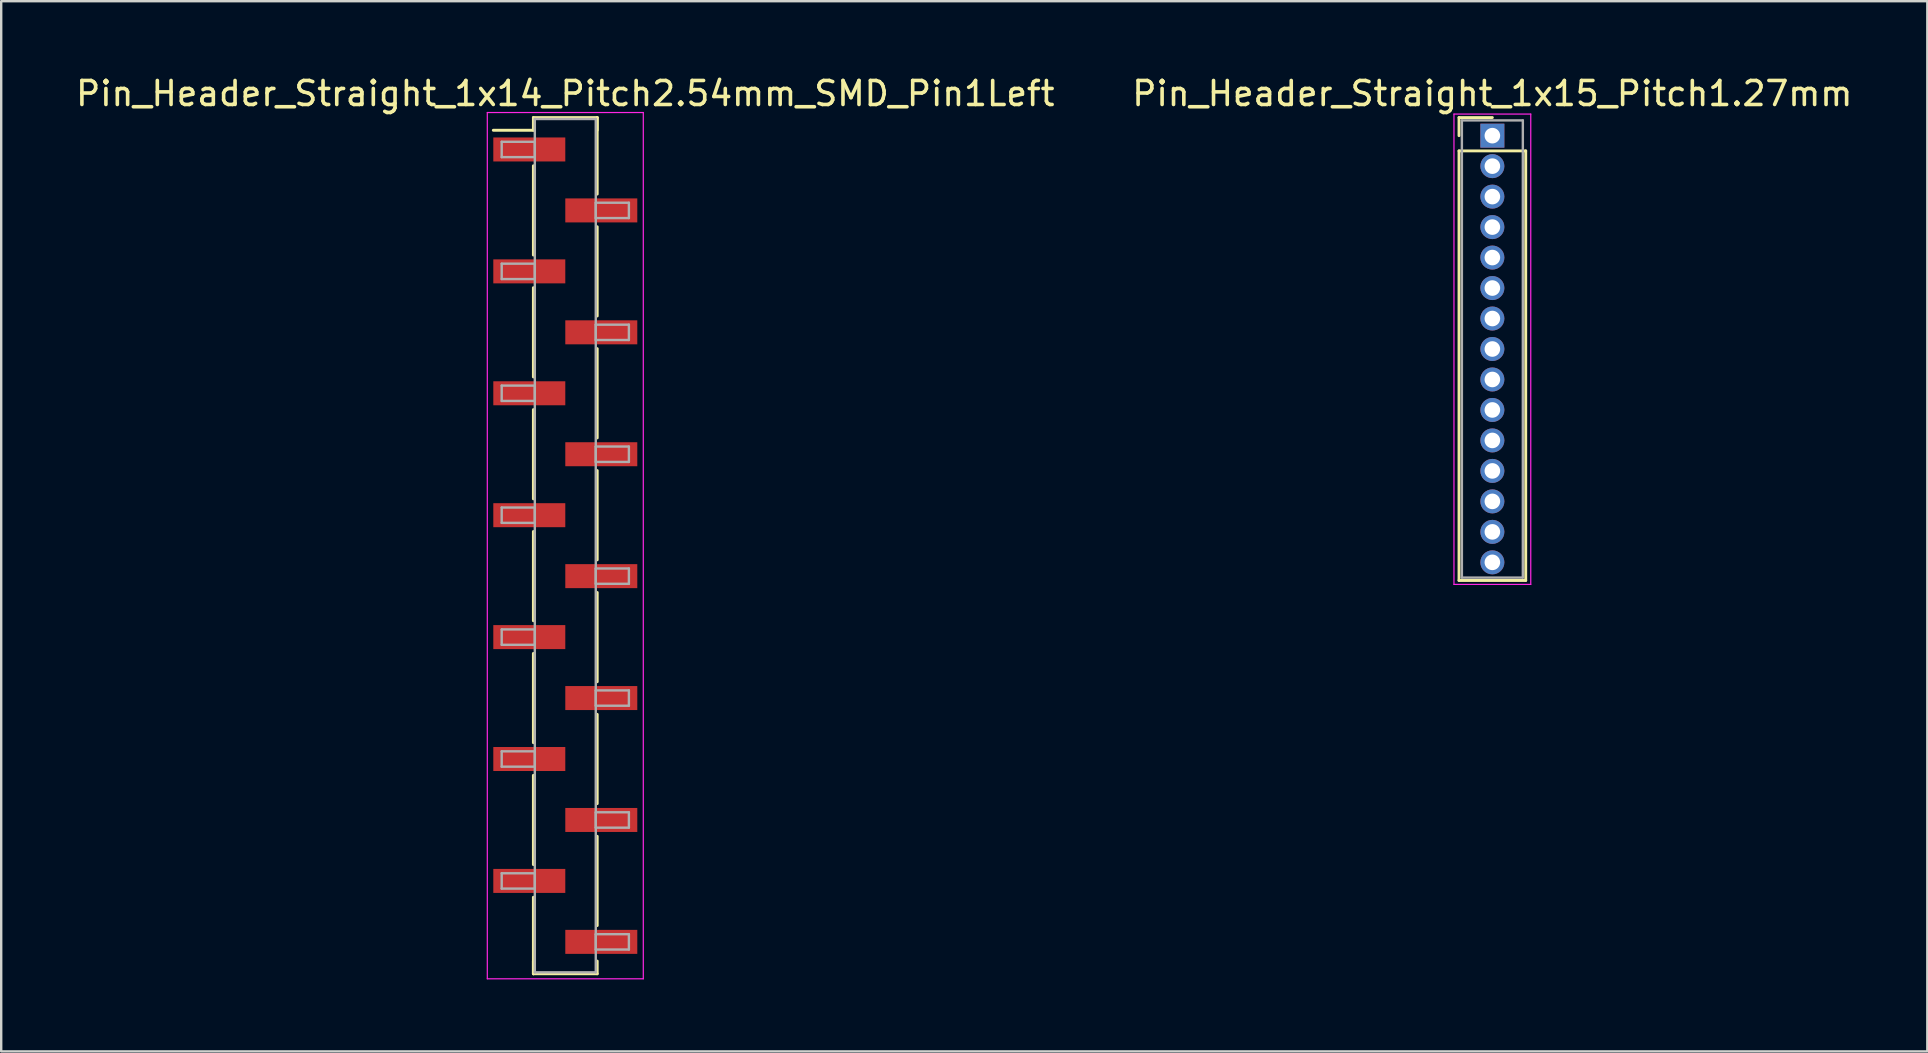
<source format=kicad_pcb>
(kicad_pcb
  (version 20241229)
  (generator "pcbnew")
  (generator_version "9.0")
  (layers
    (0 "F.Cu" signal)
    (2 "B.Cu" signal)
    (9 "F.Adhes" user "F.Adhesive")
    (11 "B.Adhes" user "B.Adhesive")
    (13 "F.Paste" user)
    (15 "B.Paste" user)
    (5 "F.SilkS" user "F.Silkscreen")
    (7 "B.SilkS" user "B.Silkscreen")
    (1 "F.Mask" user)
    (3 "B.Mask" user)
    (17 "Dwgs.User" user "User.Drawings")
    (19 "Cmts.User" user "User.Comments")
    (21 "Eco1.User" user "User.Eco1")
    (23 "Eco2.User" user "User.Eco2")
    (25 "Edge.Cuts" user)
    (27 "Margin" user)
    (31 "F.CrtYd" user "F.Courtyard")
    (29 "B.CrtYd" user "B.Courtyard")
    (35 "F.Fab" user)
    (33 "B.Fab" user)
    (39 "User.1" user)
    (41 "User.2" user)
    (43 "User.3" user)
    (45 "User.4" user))
  (footprint "Pin_Header_Straight_1x14_Pitch2.54mm_SMD_Pin1Left"
    (layer "F.Cu")
    (at 20.506 19.688)
    (property "Reference" "Pin_Header_Straight_1x14_Pitch2.54mm_SMD_Pin1Left" (at 0 -18.84 0) (layer "F.SilkS") (effects (font (size 1 1) (thickness 0.15))))
    (attr smd)
    (fp_line (start -1.33 -17.84) (end 1.33 -17.84) (stroke (width 0.12) (type solid)) (layer "F.SilkS"))
    (fp_line (start -1.33 -17.31) (end -3 -17.31) (stroke (width 0.12) (type solid)) (layer "F.SilkS"))
    (fp_line (start -1.33 -17.31) (end -1.33 -17.84) (stroke (width 0.12) (type solid)) (layer "F.SilkS"))
    (fp_line (start -1.33 -15.83) (end -1.33 -12.11) (stroke (width 0.12) (type solid)) (layer "F.SilkS"))
    (fp_line (start -1.33 -10.75) (end -1.33 -7.03) (stroke (width 0.12) (type solid)) (layer "F.SilkS"))
    (fp_line (start -1.33 -5.67) (end -1.33 -1.95) (stroke (width 0.12) (type solid)) (layer "F.SilkS"))
    (fp_line (start -1.33 -0.59) (end -1.33 3.13) (stroke (width 0.12) (type solid)) (layer "F.SilkS"))
    (fp_line (start -1.33 4.49) (end -1.33 8.21) (stroke (width 0.12) (type solid)) (layer "F.SilkS"))
    (fp_line (start -1.33 9.57) (end -1.33 13.29) (stroke (width 0.12) (type solid)) (layer "F.SilkS"))
    (fp_line (start -1.33 14.65) (end -1.33 17.84) (stroke (width 0.12) (type solid)) (layer "F.SilkS"))
    (fp_line (start -1.33 17.31) (end -1.33 17.84) (stroke (width 0.12) (type solid)) (layer "F.SilkS"))
    (fp_line (start -1.33 17.84) (end 1.33 17.84) (stroke (width 0.12) (type solid)) (layer "F.SilkS"))
    (fp_line (start 1.33 -17.84) (end 1.33 -17.31) (stroke (width 0.12) (type solid)) (layer "F.SilkS"))
    (fp_line (start 1.33 -17.84) (end 1.33 -14.65) (stroke (width 0.12) (type solid)) (layer "F.SilkS"))
    (fp_line (start 1.33 -13.29) (end 1.33 -9.57) (stroke (width 0.12) (type solid)) (layer "F.SilkS"))
    (fp_line (start 1.33 -8.21) (end 1.33 -4.49) (stroke (width 0.12) (type solid)) (layer "F.SilkS"))
    (fp_line (start 1.33 -3.13) (end 1.33 0.59) (stroke (width 0.12) (type solid)) (layer "F.SilkS"))
    (fp_line (start 1.33 1.95) (end 1.33 5.67) (stroke (width 0.12) (type solid)) (layer "F.SilkS"))
    (fp_line (start 1.33 7.03) (end 1.33 10.75) (stroke (width 0.12) (type solid)) (layer "F.SilkS"))
    (fp_line (start 1.33 12.11) (end 1.33 15.83) (stroke (width 0.12) (type solid)) (layer "F.SilkS"))
    (fp_line (start 1.33 17.84) (end 1.33 17.31) (stroke (width 0.12) (type solid)) (layer "F.SilkS"))
    (fp_line (start -3.25 -18.05) (end -3.25 18.05) (stroke (width 0.05) (type solid)) (layer "F.CrtYd"))
    (fp_line (start -3.25 18.05) (end 3.25 18.05) (stroke (width 0.05) (type solid)) (layer "F.CrtYd"))
    (fp_line (start 3.25 -18.05) (end -3.25 -18.05) (stroke (width 0.05) (type solid)) (layer "F.CrtYd"))
    (fp_line (start 3.25 18.05) (end 3.25 -18.05) (stroke (width 0.05) (type solid)) (layer "F.CrtYd"))
    (fp_line (start -2.65 -16.83) (end -1.27 -16.83) (stroke (width 0.1) (type solid)) (layer "F.Fab"))
    (fp_line (start -2.65 -16.19) (end -2.65 -16.83) (stroke (width 0.1) (type solid)) (layer "F.Fab"))
    (fp_line (start -2.65 -11.75) (end -1.27 -11.75) (stroke (width 0.1) (type solid)) (layer "F.Fab"))
    (fp_line (start -2.65 -11.11) (end -2.65 -11.75) (stroke (width 0.1) (type solid)) (layer "F.Fab"))
    (fp_line (start -2.65 -6.67) (end -1.27 -6.67) (stroke (width 0.1) (type solid)) (layer "F.Fab"))
    (fp_line (start -2.65 -6.03) (end -2.65 -6.67) (stroke (width 0.1) (type solid)) (layer "F.Fab"))
    (fp_line (start -2.65 -1.59) (end -1.27 -1.59) (stroke (width 0.1) (type solid)) (layer "F.Fab"))
    (fp_line (start -2.65 -0.95) (end -2.65 -1.59) (stroke (width 0.1) (type solid)) (layer "F.Fab"))
    (fp_line (start -2.65 3.49) (end -1.27 3.49) (stroke (width 0.1) (type solid)) (layer "F.Fab"))
    (fp_line (start -2.65 4.13) (end -2.65 3.49) (stroke (width 0.1) (type solid)) (layer "F.Fab"))
    (fp_line (start -2.65 8.57) (end -1.27 8.57) (stroke (width 0.1) (type solid)) (layer "F.Fab"))
    (fp_line (start -2.65 9.21) (end -2.65 8.57) (stroke (width 0.1) (type solid)) (layer "F.Fab"))
    (fp_line (start -2.65 13.65) (end -1.27 13.65) (stroke (width 0.1) (type solid)) (layer "F.Fab"))
    (fp_line (start -2.65 14.29) (end -2.65 13.65) (stroke (width 0.1) (type solid)) (layer "F.Fab"))
    (fp_line (start -1.27 -17.78) (end -1.27 17.78) (stroke (width 0.1) (type solid)) (layer "F.Fab"))
    (fp_line (start -1.27 -16.83) (end -1.27 -16.19) (stroke (width 0.1) (type solid)) (layer "F.Fab"))
    (fp_line (start -1.27 -16.19) (end -2.65 -16.19) (stroke (width 0.1) (type solid)) (layer "F.Fab"))
    (fp_line (start -1.27 -11.75) (end -1.27 -11.11) (stroke (width 0.1) (type solid)) (layer "F.Fab"))
    (fp_line (start -1.27 -11.11) (end -2.65 -11.11) (stroke (width 0.1) (type solid)) (layer "F.Fab"))
    (fp_line (start -1.27 -6.67) (end -1.27 -6.03) (stroke (width 0.1) (type solid)) (layer "F.Fab"))
    (fp_line (start -1.27 -6.03) (end -2.65 -6.03) (stroke (width 0.1) (type solid)) (layer "F.Fab"))
    (fp_line (start -1.27 -1.59) (end -1.27 -0.95) (stroke (width 0.1) (type solid)) (layer "F.Fab"))
    (fp_line (start -1.27 -0.95) (end -2.65 -0.95) (stroke (width 0.1) (type solid)) (layer "F.Fab"))
    (fp_line (start -1.27 3.49) (end -1.27 4.13) (stroke (width 0.1) (type solid)) (layer "F.Fab"))
    (fp_line (start -1.27 4.13) (end -2.65 4.13) (stroke (width 0.1) (type solid)) (layer "F.Fab"))
    (fp_line (start -1.27 8.57) (end -1.27 9.21) (stroke (width 0.1) (type solid)) (layer "F.Fab"))
    (fp_line (start -1.27 9.21) (end -2.65 9.21) (stroke (width 0.1) (type solid)) (layer "F.Fab"))
    (fp_line (start -1.27 13.65) (end -1.27 14.29) (stroke (width 0.1) (type solid)) (layer "F.Fab"))
    (fp_line (start -1.27 14.29) (end -2.65 14.29) (stroke (width 0.1) (type solid)) (layer "F.Fab"))
    (fp_line (start -1.27 17.78) (end 1.27 17.78) (stroke (width 0.1) (type solid)) (layer "F.Fab"))
    (fp_line (start 1.27 -17.78) (end -1.27 -17.78) (stroke (width 0.1) (type solid)) (layer "F.Fab"))
    (fp_line (start 1.27 -14.29) (end 1.27 -13.65) (stroke (width 0.1) (type solid)) (layer "F.Fab"))
    (fp_line (start 1.27 -13.65) (end 2.65 -13.65) (stroke (width 0.1) (type solid)) (layer "F.Fab"))
    (fp_line (start 1.27 -9.21) (end 1.27 -8.57) (stroke (width 0.1) (type solid)) (layer "F.Fab"))
    (fp_line (start 1.27 -8.57) (end 2.65 -8.57) (stroke (width 0.1) (type solid)) (layer "F.Fab"))
    (fp_line (start 1.27 -4.13) (end 1.27 -3.49) (stroke (width 0.1) (type solid)) (layer "F.Fab"))
    (fp_line (start 1.27 -3.49) (end 2.65 -3.49) (stroke (width 0.1) (type solid)) (layer "F.Fab"))
    (fp_line (start 1.27 0.95) (end 1.27 1.59) (stroke (width 0.1) (type solid)) (layer "F.Fab"))
    (fp_line (start 1.27 1.59) (end 2.65 1.59) (stroke (width 0.1) (type solid)) (layer "F.Fab"))
    (fp_line (start 1.27 6.03) (end 1.27 6.67) (stroke (width 0.1) (type solid)) (layer "F.Fab"))
    (fp_line (start 1.27 6.67) (end 2.65 6.67) (stroke (width 0.1) (type solid)) (layer "F.Fab"))
    (fp_line (start 1.27 11.11) (end 1.27 11.75) (stroke (width 0.1) (type solid)) (layer "F.Fab"))
    (fp_line (start 1.27 11.75) (end 2.65 11.75) (stroke (width 0.1) (type solid)) (layer "F.Fab"))
    (fp_line (start 1.27 16.19) (end 1.27 16.83) (stroke (width 0.1) (type solid)) (layer "F.Fab"))
    (fp_line (start 1.27 16.83) (end 2.65 16.83) (stroke (width 0.1) (type solid)) (layer "F.Fab"))
    (fp_line (start 1.27 17.78) (end 1.27 -17.78) (stroke (width 0.1) (type solid)) (layer "F.Fab"))
    (fp_line (start 2.65 -14.29) (end 1.27 -14.29) (stroke (width 0.1) (type solid)) (layer "F.Fab"))
    (fp_line (start 2.65 -13.65) (end 2.65 -14.29) (stroke (width 0.1) (type solid)) (layer "F.Fab"))
    (fp_line (start 2.65 -9.21) (end 1.27 -9.21) (stroke (width 0.1) (type solid)) (layer "F.Fab"))
    (fp_line (start 2.65 -8.57) (end 2.65 -9.21) (stroke (width 0.1) (type solid)) (layer "F.Fab"))
    (fp_line (start 2.65 -4.13) (end 1.27 -4.13) (stroke (width 0.1) (type solid)) (layer "F.Fab"))
    (fp_line (start 2.65 -3.49) (end 2.65 -4.13) (stroke (width 0.1) (type solid)) (layer "F.Fab"))
    (fp_line (start 2.65 0.95) (end 1.27 0.95) (stroke (width 0.1) (type solid)) (layer "F.Fab"))
    (fp_line (start 2.65 1.59) (end 2.65 0.95) (stroke (width 0.1) (type solid)) (layer "F.Fab"))
    (fp_line (start 2.65 6.03) (end 1.27 6.03) (stroke (width 0.1) (type solid)) (layer "F.Fab"))
    (fp_line (start 2.65 6.67) (end 2.65 6.03) (stroke (width 0.1) (type solid)) (layer "F.Fab"))
    (fp_line (start 2.65 11.11) (end 1.27 11.11) (stroke (width 0.1) (type solid)) (layer "F.Fab"))
    (fp_line (start 2.65 11.75) (end 2.65 11.11) (stroke (width 0.1) (type solid)) (layer "F.Fab"))
    (fp_line (start 2.65 16.19) (end 1.27 16.19) (stroke (width 0.1) (type solid)) (layer "F.Fab"))
    (fp_line (start 2.65 16.83) (end 2.65 16.19) (stroke (width 0.1) (type solid)) (layer "F.Fab"))
    (pad "1" smd rect (at -1.5 -16.51) (size 3 1) (layers "F.Cu" "F.Mask"))
    (pad "2" smd rect (at 1.5 -13.97) (size 3 1) (layers "F.Cu" "F.Mask"))
    (pad "3" smd rect (at -1.5 -11.43) (size 3 1) (layers "F.Cu" "F.Mask"))
    (pad "4" smd rect (at 1.5 -8.89) (size 3 1) (layers "F.Cu" "F.Mask"))
    (pad "5" smd rect (at -1.5 -6.35) (size 3 1) (layers "F.Cu" "F.Mask"))
    (pad "6" smd rect (at 1.5 -3.81) (size 3 1) (layers "F.Cu" "F.Mask"))
    (pad "7" smd rect (at -1.5 -1.27) (size 3 1) (layers "F.Cu" "F.Mask"))
    (pad "8" smd rect (at 1.5 1.27) (size 3 1) (layers "F.Cu" "F.Mask"))
    (pad "9" smd rect (at -1.5 3.81) (size 3 1) (layers "F.Cu" "F.Mask"))
    (pad "10" smd rect (at 1.5 6.35) (size 3 1) (layers "F.Cu" "F.Mask"))
    (pad "11" smd rect (at -1.5 8.89) (size 3 1) (layers "F.Cu" "F.Mask"))
    (pad "12" smd rect (at 1.5 11.43) (size 3 1) (layers "F.Cu" "F.Mask"))
    (pad "13" smd rect (at -1.5 13.97) (size 3 1) (layers "F.Cu" "F.Mask"))
    (pad "14" smd rect (at 1.5 16.51) (size 3 1) (layers "F.Cu" "F.Mask")))
  (footprint "Pin_Header_Straight_1x15_Pitch1.27mm"
    (layer "F.Cu")
    (at 59.137 2.603)
    (property "Reference" "Pin_Header_Straight_1x15_Pitch1.27mm" (at 0 -1.755 0) (layer "F.SilkS") (effects (font (size 1 1) (thickness 0.15))))
    (attr through_hole)
    (fp_line (start -1.39 -0.755) (end 0 -0.755) (stroke (width 0.12) (type solid)) (layer "F.SilkS"))
    (fp_line (start -1.39 0) (end -1.39 -0.755) (stroke (width 0.12) (type solid)) (layer "F.SilkS"))
    (fp_line (start -1.39 0.635) (end -1.39 18.535) (stroke (width 0.12) (type solid)) (layer "F.SilkS"))
    (fp_line (start -1.39 18.535) (end 1.39 18.535) (stroke (width 0.12) (type solid)) (layer "F.SilkS"))
    (fp_line (start 1.39 0.635) (end -1.39 0.635) (stroke (width 0.12) (type solid)) (layer "F.SilkS"))
    (fp_line (start 1.39 18.535) (end 1.39 0.635) (stroke (width 0.12) (type solid)) (layer "F.SilkS"))
    (fp_line (start -1.6 -0.9) (end -1.6 18.7) (stroke (width 0.05) (type solid)) (layer "F.CrtYd"))
    (fp_line (start -1.6 18.7) (end 1.6 18.7) (stroke (width 0.05) (type solid)) (layer "F.CrtYd"))
    (fp_line (start 1.6 -0.9) (end -1.6 -0.9) (stroke (width 0.05) (type solid)) (layer "F.CrtYd"))
    (fp_line (start 1.6 18.7) (end 1.6 -0.9) (stroke (width 0.05) (type solid)) (layer "F.CrtYd"))
    (fp_line (start -1.27 -0.635) (end -1.27 18.415) (stroke (width 0.1) (type solid)) (layer "F.Fab"))
    (fp_line (start -1.27 18.415) (end 1.27 18.415) (stroke (width 0.1) (type solid)) (layer "F.Fab"))
    (fp_line (start 1.27 -0.635) (end -1.27 -0.635) (stroke (width 0.1) (type solid)) (layer "F.Fab"))
    (fp_line (start 1.27 18.415) (end 1.27 -0.635) (stroke (width 0.1) (type solid)) (layer "F.Fab"))
    (pad "1" thru_hole rect (at 0 0) (size 1 1) (drill 0.65) (layers "*.Cu" "*.Mask"))
    (pad "2" thru_hole oval (at 0 1.27) (size 1 1) (drill 0.65) (layers "*.Cu" "*.Mask"))
    (pad "3" thru_hole oval (at 0 2.54) (size 1 1) (drill 0.65) (layers "*.Cu" "*.Mask"))
    (pad "4" thru_hole oval (at 0 3.81) (size 1 1) (drill 0.65) (layers "*.Cu" "*.Mask"))
    (pad "5" thru_hole oval (at 0 5.08) (size 1 1) (drill 0.65) (layers "*.Cu" "*.Mask"))
    (pad "6" thru_hole oval (at 0 6.35) (size 1 1) (drill 0.65) (layers "*.Cu" "*.Mask"))
    (pad "7" thru_hole oval (at 0 7.62) (size 1 1) (drill 0.65) (layers "*.Cu" "*.Mask"))
    (pad "8" thru_hole oval (at 0 8.89) (size 1 1) (drill 0.65) (layers "*.Cu" "*.Mask"))
    (pad "9" thru_hole oval (at 0 10.16) (size 1 1) (drill 0.65) (layers "*.Cu" "*.Mask"))
    (pad "10" thru_hole oval (at 0 11.43) (size 1 1) (drill 0.65) (layers "*.Cu" "*.Mask"))
    (pad "11" thru_hole oval (at 0 12.7) (size 1 1) (drill 0.65) (layers "*.Cu" "*.Mask"))
    (pad "12" thru_hole oval (at 0 13.97) (size 1 1) (drill 0.65) (layers "*.Cu" "*.Mask"))
    (pad "13" thru_hole oval (at 0 15.24) (size 1 1) (drill 0.65) (layers "*.Cu" "*.Mask"))
    (pad "14" thru_hole oval (at 0 16.51) (size 1 1) (drill 0.65) (layers "*.Cu" "*.Mask"))
    (pad "15" thru_hole oval (at 0 17.78) (size 1 1) (drill 0.65) (layers "*.Cu" "*.Mask")))
  (gr_rect
    (start -3 -3)
    (end 77.262 40.763)
    (stroke (width 0.1) (type default))
    (fill no)
    (layer "Edge.Cuts")))
</source>
